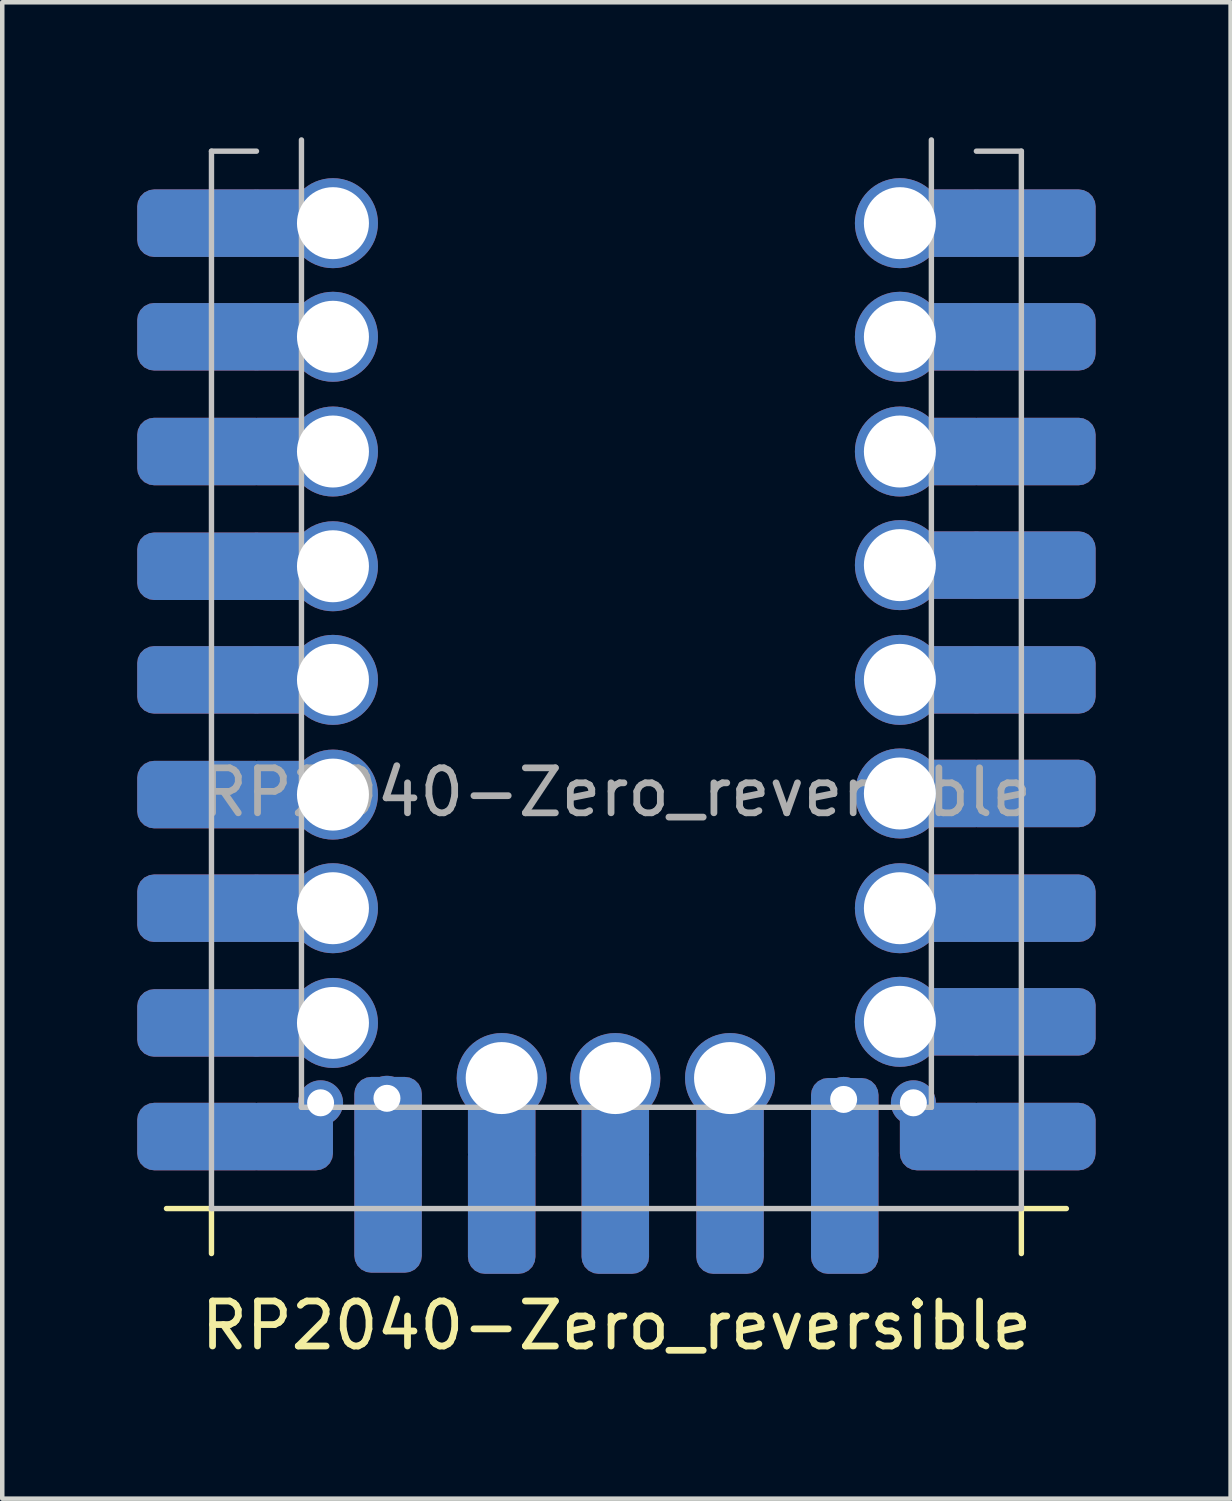
<source format=kicad_pcb>
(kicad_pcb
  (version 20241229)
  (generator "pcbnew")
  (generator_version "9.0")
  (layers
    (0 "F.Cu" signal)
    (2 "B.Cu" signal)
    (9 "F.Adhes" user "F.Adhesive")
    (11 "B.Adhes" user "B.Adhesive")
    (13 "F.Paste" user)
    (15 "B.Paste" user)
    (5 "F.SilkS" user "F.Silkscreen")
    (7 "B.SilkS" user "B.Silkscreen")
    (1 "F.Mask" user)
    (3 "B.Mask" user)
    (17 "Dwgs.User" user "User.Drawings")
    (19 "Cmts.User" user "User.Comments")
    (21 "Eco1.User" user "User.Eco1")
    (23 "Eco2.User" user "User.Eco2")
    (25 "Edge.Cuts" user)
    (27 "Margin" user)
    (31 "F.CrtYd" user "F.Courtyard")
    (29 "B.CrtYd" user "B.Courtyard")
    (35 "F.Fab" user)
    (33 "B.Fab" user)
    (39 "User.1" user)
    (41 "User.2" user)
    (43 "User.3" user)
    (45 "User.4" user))
  (footprint "RP2040-Zero_reversible"
    (layer "F.Cu")
    (at 10.65 12.06)
    (property "Reference" "RP2040-Zero_reversible" (at 0 14.35 0) (unlocked yes) (layer "F.SilkS") (effects (font (size 1 1) (thickness 0.15))))
    (fp_line (start -9 11.75) (end -10 11.75) (stroke (width 0.12) (type solid)) (layer "F.SilkS"))
    (fp_line (start -9 11.75) (end -9 12.75) (stroke (width 0.12) (type solid)) (layer "F.SilkS"))
    (fp_line (start 9 11.75) (end 9 12.75) (stroke (width 0.12) (type solid)) (layer "F.SilkS"))
    (fp_line (start 9 11.75) (end 10 11.75) (stroke (width 0.12) (type solid)) (layer "F.SilkS"))
    (fp_line (start -9 -11.75) (end -9 11.75) (stroke (width 0.12) (type solid)) (layer "Dwgs.User"))
    (fp_line (start -9 -11.75) (end -8 -11.75) (stroke (width 0.12) (type solid)) (layer "Dwgs.User"))
    (fp_line (start -9 11.75) (end 9 11.75) (stroke (width 0.12) (type solid)) (layer "Dwgs.User"))
    (fp_line (start -7 -12) (end -7 9.5) (stroke (width 0.12) (type solid)) (layer "Dwgs.User"))
    (fp_line (start -7 9.5) (end 7 9.5) (stroke (width 0.12) (type solid)) (layer "Dwgs.User"))
    (fp_line (start 7 9.5) (end 7 -12) (stroke (width 0.12) (type solid)) (layer "Dwgs.User"))
    (fp_line (start 9 -11.75) (end 8 -11.75) (stroke (width 0.12) (type solid)) (layer "Dwgs.User"))
    (fp_line (start 9 11.75) (end 9 -11.75) (stroke (width 0.12) (type solid)) (layer "Dwgs.User"))
    (fp_text user "${REFERENCE}" (at 0 2.5 0) (unlocked yes) (layer "F.Fab") (effects (font (size 1 1) (thickness 0.15))))
    (pad "1" thru_hole circle (at 6.3 -10.15 180) (size 2 2) (drill 1.6) (property pad_prop_castellated) (layers "*.Cu" "*.Mask"))
    (pad "1" smd roundrect (at 7.325 -10.15 180) (size 2.05 1.5) (layers "F.Cu") (roundrect_rratio 0.25))
    (pad "1" smd roundrect (at 7.325 -10.15 180) (size 2.05 1.5) (layers "B.Cu") (roundrect_rratio 0.25))
    (pad "1" smd roundrect (at 9.15 -10.15 180) (size 3 1.5) (layers "F.Cu" "F.Mask" "F.Paste") (roundrect_rratio 0.25))
    (pad "1" smd roundrect (at 9.15 -10.15 180) (size 3 1.5) (layers "B.Cu" "B.Mask" "B.Paste") (roundrect_rratio 0.25))
    (pad "2" thru_hole circle (at 6.3 -7.625 180) (size 2 2) (drill 1.6) (property pad_prop_castellated) (layers "*.Cu" "*.Mask"))
    (pad "2" smd roundrect (at 7.325 -7.625 180) (size 2.05 1.5) (layers "F.Cu") (roundrect_rratio 0.25))
    (pad "2" smd roundrect (at 7.325 -7.625 180) (size 2.05 1.5) (layers "B.Cu") (roundrect_rratio 0.25))
    (pad "2" smd roundrect (at 9.15 -7.625 180) (size 3 1.5) (layers "F.Cu" "F.Mask" "F.Paste") (roundrect_rratio 0.25))
    (pad "2" smd roundrect (at 9.15 -7.625 180) (size 3 1.5) (layers "B.Cu" "B.Mask" "B.Paste") (roundrect_rratio 0.25))
    (pad "3" thru_hole circle (at 6.3 -5.075 180) (size 2 2) (drill 1.6) (property pad_prop_castellated) (layers "*.Cu" "*.Mask"))
    (pad "3" smd roundrect (at 7.325 -5.075 180) (size 2.05 1.5) (layers "F.Cu") (roundrect_rratio 0.25))
    (pad "3" smd roundrect (at 7.325 -5.075 180) (size 2.05 1.5) (layers "B.Cu") (roundrect_rratio 0.25))
    (pad "3" smd roundrect (at 9.15 -5.075 180) (size 3 1.5) (layers "F.Cu" "F.Mask" "F.Paste") (roundrect_rratio 0.25))
    (pad "3" smd roundrect (at 9.15 -5.075 180) (size 3 1.5) (layers "B.Cu" "B.Mask" "B.Paste") (roundrect_rratio 0.25))
    (pad "4" thru_hole circle (at 6.3 -2.55 180) (size 2 2) (drill 1.6) (property pad_prop_castellated) (layers "*.Cu" "*.Mask"))
    (pad "4" smd roundrect (at 7.325 -2.55 180) (size 2.05 1.5) (layers "F.Cu") (roundrect_rratio 0.25))
    (pad "4" smd roundrect (at 7.325 -2.55 180) (size 2.05 1.5) (layers "B.Cu") (roundrect_rratio 0.25))
    (pad "4" smd roundrect (at 9.15 -2.55 180) (size 3 1.5) (layers "F.Cu" "F.Mask" "F.Paste") (roundrect_rratio 0.25))
    (pad "4" smd roundrect (at 9.15 -2.55 180) (size 3 1.5) (layers "B.Cu" "B.Mask" "B.Paste") (roundrect_rratio 0.25))
    (pad "5" thru_hole circle (at 6.3 0 180) (size 2 2) (drill 1.6) (property pad_prop_castellated) (layers "*.Cu" "*.Mask"))
    (pad "5" smd roundrect (at 7.325 0 180) (size 2.05 1.5) (layers "F.Cu") (roundrect_rratio 0.25))
    (pad "5" smd roundrect (at 7.325 0 180) (size 2.05 1.5) (layers "B.Cu") (roundrect_rratio 0.25))
    (pad "5" smd roundrect (at 9.15 0 180) (size 3 1.5) (layers "F.Cu" "F.Mask" "F.Paste") (roundrect_rratio 0.25))
    (pad "5" smd roundrect (at 9.15 0 180) (size 3 1.5) (layers "B.Cu" "B.Mask" "B.Paste") (roundrect_rratio 0.25))
    (pad "6" thru_hole circle (at 6.3 2.525 180) (size 2 2) (drill 1.6) (property pad_prop_castellated) (layers "*.Cu" "*.Mask"))
    (pad "6" smd roundrect (at 7.325 2.525 180) (size 2.05 1.5) (layers "F.Cu") (roundrect_rratio 0.25))
    (pad "6" smd roundrect (at 7.325 2.525 180) (size 2.05 1.5) (layers "B.Cu") (roundrect_rratio 0.25))
    (pad "6" smd roundrect (at 9.15 2.525 180) (size 3 1.5) (layers "F.Cu" "F.Mask" "F.Paste") (roundrect_rratio 0.25))
    (pad "6" smd roundrect (at 9.15 2.525 180) (size 3 1.5) (layers "B.Cu" "B.Mask" "B.Paste") (roundrect_rratio 0.25))
    (pad "7" thru_hole circle (at 6.3 5.075 180) (size 2 2) (drill 1.6) (property pad_prop_castellated) (layers "*.Cu" "*.Mask"))
    (pad "7" smd roundrect (at 7.325 5.075 180) (size 2.05 1.5) (layers "F.Cu") (roundrect_rratio 0.25))
    (pad "7" smd roundrect (at 7.325 5.075 180) (size 2.05 1.5) (layers "B.Cu") (roundrect_rratio 0.25))
    (pad "7" smd roundrect (at 9.15 5.075 180) (size 3 1.5) (layers "F.Cu" "F.Mask" "F.Paste") (roundrect_rratio 0.25))
    (pad "7" smd roundrect (at 9.15 5.075 180) (size 3 1.5) (layers "B.Cu" "B.Mask" "B.Paste") (roundrect_rratio 0.25))
    (pad "8" thru_hole circle (at 6.3 7.6 180) (size 2 2) (drill 1.6) (property pad_prop_castellated) (layers "*.Cu" "*.Mask"))
    (pad "8" smd roundrect (at 7.325 7.6 180) (size 2.05 1.5) (layers "F.Cu") (roundrect_rratio 0.25))
    (pad "8" smd roundrect (at 7.325 7.6 180) (size 2.05 1.5) (layers "B.Cu") (roundrect_rratio 0.25))
    (pad "8" smd roundrect (at 9.15 7.6 180) (size 3 1.5) (layers "F.Cu" "F.Mask" "F.Paste") (roundrect_rratio 0.25))
    (pad "8" smd roundrect (at 9.15 7.6 180) (size 3 1.5) (layers "B.Cu" "B.Mask" "B.Paste") (roundrect_rratio 0.25))
    (pad "9" thru_hole circle (at 6.6 9.4 180) (size 1 1) (drill 0.6) (property pad_prop_castellated) (layers "*.Cu" "*.Mask"))
    (pad "9" smd roundrect (at 7.325 10.15 180) (size 2.05 1.5) (layers "F.Cu") (roundrect_rratio 0.25))
    (pad "9" smd roundrect (at 7.325 10.15 180) (size 2.05 1.5) (layers "B.Cu") (roundrect_rratio 0.25))
    (pad "9" smd roundrect (at 9.15 10.15 180) (size 3 1.5) (layers "F.Cu" "F.Mask" "F.Paste") (roundrect_rratio 0.25))
    (pad "9" smd roundrect (at 9.15 10.15 180) (size 3 1.5) (layers "B.Cu" "B.Mask" "B.Paste") (roundrect_rratio 0.25))
    (pad "10" thru_hole circle (at 5.05 9.325 90) (size 1 1) (drill 0.6) (property pad_prop_castellated) (layers "*.Cu" "*.Mask"))
    (pad "10" smd roundrect (at 5.075 9.875 90) (size 2.05 1.5) (layers "F.Cu") (roundrect_rratio 0.25))
    (pad "10" smd roundrect (at 5.075 9.875 90) (size 2.05 1.5) (layers "B.Cu") (roundrect_rratio 0.25))
    (pad "10" smd roundrect (at 5.075 11.7 90) (size 3 1.5) (layers "F.Cu" "F.Mask" "F.Paste") (roundrect_rratio 0.25))
    (pad "10" smd roundrect (at 5.075 11.7 270) (size 3 1.5) (layers "B.Cu" "B.Mask" "B.Paste") (roundrect_rratio 0.25))
    (pad "11" thru_hole circle (at 2.525 8.85 90) (size 2 2) (drill 1.6) (property pad_prop_castellated) (layers "*.Cu" "*.Mask"))
    (pad "11" smd roundrect (at 2.525 9.875 90) (size 2.05 1.5) (layers "F.Cu") (roundrect_rratio 0.25))
    (pad "11" smd roundrect (at 2.525 9.875 90) (size 2.05 1.5) (layers "B.Cu") (roundrect_rratio 0.25))
    (pad "11" smd roundrect (at 2.525 11.7 90) (size 3 1.5) (layers "F.Cu" "F.Mask" "F.Paste") (roundrect_rratio 0.25))
    (pad "11" smd roundrect (at 2.525 11.7 270) (size 3 1.5) (layers "B.Cu" "B.Mask" "B.Paste") (roundrect_rratio 0.25))
    (pad "12" thru_hole circle (at -0.025 8.85 90) (size 2 2) (drill 1.6) (property pad_prop_castellated) (layers "*.Cu" "*.Mask"))
    (pad "12" smd roundrect (at -0.025 9.875 90) (size 2.05 1.5) (layers "F.Cu") (roundrect_rratio 0.25))
    (pad "12" smd roundrect (at -0.025 9.875 90) (size 2.05 1.5) (layers "B.Cu") (roundrect_rratio 0.25))
    (pad "12" smd roundrect (at -0.025 11.7 90) (size 3 1.5) (layers "F.Cu" "F.Mask" "F.Paste") (roundrect_rratio 0.25))
    (pad "12" smd roundrect (at -0.025 11.7 270) (size 3 1.5) (layers "B.Cu" "B.Mask" "B.Paste") (roundrect_rratio 0.25))
    (pad "13" thru_hole circle (at -2.55 8.85 90) (size 2 2) (drill 1.6) (property pad_prop_castellated) (layers "*.Cu" "*.Mask"))
    (pad "13" smd roundrect (at -2.55 9.875 90) (size 2.05 1.5) (layers "F.Cu") (roundrect_rratio 0.25))
    (pad "13" smd roundrect (at -2.55 9.875 90) (size 2.05 1.5) (layers "B.Cu") (roundrect_rratio 0.25))
    (pad "13" smd roundrect (at -2.55 11.7 90) (size 3 1.5) (layers "F.Cu" "F.Mask" "F.Paste") (roundrect_rratio 0.25))
    (pad "13" smd roundrect (at -2.55 11.7 270) (size 3 1.5) (layers "B.Cu" "B.Mask" "B.Paste") (roundrect_rratio 0.25))
    (pad "14" thru_hole circle (at -5.1 9.3 90) (size 1 1) (drill 0.6) (property pad_prop_castellated) (layers "*.Cu" "*.Mask"))
    (pad "14" smd roundrect (at -5.075 9.85 90) (size 2.05 1.5) (layers "F.Cu") (roundrect_rratio 0.25))
    (pad "14" smd roundrect (at -5.075 9.85 90) (size 2.05 1.5) (layers "B.Cu") (roundrect_rratio 0.25))
    (pad "14" smd roundrect (at -5.075 11.675 90) (size 3 1.5) (layers "F.Cu" "F.Mask" "F.Paste") (roundrect_rratio 0.25))
    (pad "14" smd roundrect (at -5.075 11.675 270) (size 3 1.5) (layers "B.Cu" "B.Mask" "B.Paste") (roundrect_rratio 0.25))
    (pad "15" smd roundrect (at -9.15 10.15) (size 3 1.5) (layers "F.Cu" "F.Mask" "F.Paste") (roundrect_rratio 0.25))
    (pad "15" smd roundrect (at -9.15 10.15) (size 3 1.5) (layers "B.Cu" "B.Mask" "B.Paste") (roundrect_rratio 0.25))
    (pad "15" smd roundrect (at -7.325 10.15) (size 2.05 1.5) (layers "F.Cu") (roundrect_rratio 0.25))
    (pad "15" smd roundrect (at -7.325 10.15) (size 2.05 1.5) (layers "B.Cu") (roundrect_rratio 0.25))
    (pad "15" thru_hole circle (at -6.575 9.4 270) (size 1 1) (drill 0.6) (property pad_prop_castellated) (layers "*.Cu" "*.Mask"))
    (pad "16" smd roundrect (at -9.15 7.625) (size 3 1.5) (layers "F.Cu" "F.Mask" "F.Paste") (roundrect_rratio 0.25))
    (pad "16" smd roundrect (at -9.15 7.625) (size 3 1.5) (layers "B.Cu" "B.Mask" "B.Paste") (roundrect_rratio 0.25))
    (pad "16" smd roundrect (at -7.325 7.625) (size 2.05 1.5) (layers "F.Cu") (roundrect_rratio 0.25))
    (pad "16" smd roundrect (at -7.325 7.625) (size 2.05 1.5) (layers "B.Cu") (roundrect_rratio 0.25))
    (pad "16" thru_hole circle (at -6.3 7.625) (size 2 2) (drill 1.6) (property pad_prop_castellated) (layers "*.Cu" "*.Mask"))
    (pad "17" smd roundrect (at -9.15 5.075) (size 3 1.5) (layers "F.Cu" "F.Mask" "F.Paste") (roundrect_rratio 0.25))
    (pad "17" smd roundrect (at -9.15 5.075) (size 3 1.5) (layers "B.Cu" "B.Mask" "B.Paste") (roundrect_rratio 0.25))
    (pad "17" smd roundrect (at -7.325 5.075) (size 2.05 1.5) (layers "F.Cu") (roundrect_rratio 0.25))
    (pad "17" smd roundrect (at -7.325 5.075) (size 2.05 1.5) (layers "B.Cu") (roundrect_rratio 0.25))
    (pad "17" thru_hole circle (at -6.3 5.075) (size 2 2) (drill 1.6) (property pad_prop_castellated) (layers "*.Cu" "*.Mask"))
    (pad "18" smd roundrect (at -9.15 2.55) (size 3 1.5) (layers "F.Cu" "F.Mask" "F.Paste") (roundrect_rratio 0.25))
    (pad "18" smd roundrect (at -9.15 2.55) (size 3 1.5) (layers "B.Cu" "B.Mask" "B.Paste") (roundrect_rratio 0.25))
    (pad "18" smd roundrect (at -7.325 2.55) (size 2.05 1.5) (layers "F.Cu") (roundrect_rratio 0.25))
    (pad "18" smd roundrect (at -7.325 2.55) (size 2.05 1.5) (layers "B.Cu") (roundrect_rratio 0.25))
    (pad "18" thru_hole circle (at -6.3 2.55) (size 2 2) (drill 1.6) (property pad_prop_castellated) (layers "*.Cu" "*.Mask"))
    (pad "19" smd roundrect (at -9.15 0) (size 3 1.5) (layers "F.Cu" "F.Mask" "F.Paste") (roundrect_rratio 0.25))
    (pad "19" smd roundrect (at -9.15 0) (size 3 1.5) (layers "B.Cu" "B.Mask" "B.Paste") (roundrect_rratio 0.25))
    (pad "19" smd roundrect (at -7.325 0) (size 2.05 1.5) (layers "F.Cu") (roundrect_rratio 0.25))
    (pad "19" smd roundrect (at -7.325 0) (size 2.05 1.5) (layers "B.Cu") (roundrect_rratio 0.25))
    (pad "19" thru_hole circle (at -6.3 0) (size 2 2) (drill 1.6) (property pad_prop_castellated) (layers "*.Cu" "*.Mask"))
    (pad "20" smd roundrect (at -9.15 -2.525) (size 3 1.5) (layers "F.Cu" "F.Mask" "F.Paste") (roundrect_rratio 0.25))
    (pad "20" smd roundrect (at -9.15 -2.525) (size 3 1.5) (layers "B.Cu" "B.Mask" "B.Paste") (roundrect_rratio 0.25))
    (pad "20" smd roundrect (at -7.325 -2.525) (size 2.05 1.5) (layers "F.Cu") (roundrect_rratio 0.25))
    (pad "20" smd roundrect (at -7.325 -2.525) (size 2.05 1.5) (layers "B.Cu") (roundrect_rratio 0.25))
    (pad "20" thru_hole circle (at -6.3 -2.525) (size 2 2) (drill 1.6) (property pad_prop_castellated) (layers "*.Cu" "*.Mask"))
    (pad "21" smd roundrect (at -9.15 -5.075) (size 3 1.5) (layers "F.Cu" "F.Mask" "F.Paste") (roundrect_rratio 0.25))
    (pad "21" smd roundrect (at -9.15 -5.075) (size 3 1.5) (layers "B.Cu" "B.Mask" "B.Paste") (roundrect_rratio 0.25))
    (pad "21" smd roundrect (at -7.325 -5.075) (size 2.05 1.5) (layers "F.Cu") (roundrect_rratio 0.25))
    (pad "21" smd roundrect (at -7.325 -5.075) (size 2.05 1.5) (layers "B.Cu") (roundrect_rratio 0.25))
    (pad "21" thru_hole circle (at -6.3 -5.075) (size 2 2) (drill 1.6) (property pad_prop_castellated) (layers "*.Cu" "*.Mask"))
    (pad "22" smd roundrect (at -9.15 -10.15) (size 3 1.5) (layers "F.Cu" "F.Mask" "F.Paste") (roundrect_rratio 0.25))
    (pad "22" smd roundrect (at -9.15 -10.15) (size 3 1.5) (layers "B.Cu" "B.Mask" "B.Paste") (roundrect_rratio 0.25))
    (pad "22" smd roundrect (at -7.325 -10.15) (size 2.05 1.5) (layers "F.Cu") (roundrect_rratio 0.25))
    (pad "22" smd roundrect (at -7.325 -10.15) (size 2.05 1.5) (layers "B.Cu") (roundrect_rratio 0.25))
    (pad "22" thru_hole circle (at -6.3 -10.15) (size 2 2) (drill 1.6) (property pad_prop_castellated) (layers "*.Cu" "*.Mask"))
    (pad "23" smd roundrect (at -9.15 -7.625) (size 3 1.5) (layers "F.Cu" "F.Mask" "F.Paste") (roundrect_rratio 0.25))
    (pad "23" smd roundrect (at -9.15 -7.625) (size 3 1.5) (layers "B.Cu" "B.Mask" "B.Paste") (roundrect_rratio 0.25))
    (pad "23" smd roundrect (at -7.325 -7.625) (size 2.05 1.5) (layers "F.Cu") (roundrect_rratio 0.25))
    (pad "23" smd roundrect (at -7.325 -7.625) (size 2.05 1.5) (layers "B.Cu") (roundrect_rratio 0.25))
    (pad "23" thru_hole circle (at -6.3 -7.625) (size 2 2) (drill 1.6) (property pad_prop_castellated) (layers "*.Cu" "*.Mask")))
  (gr_rect
    (start -3 -3)
    (end 24.3 30.258)
    (stroke (width 0.1) (type default))
    (fill no)
    (layer "Edge.Cuts")))
</source>
